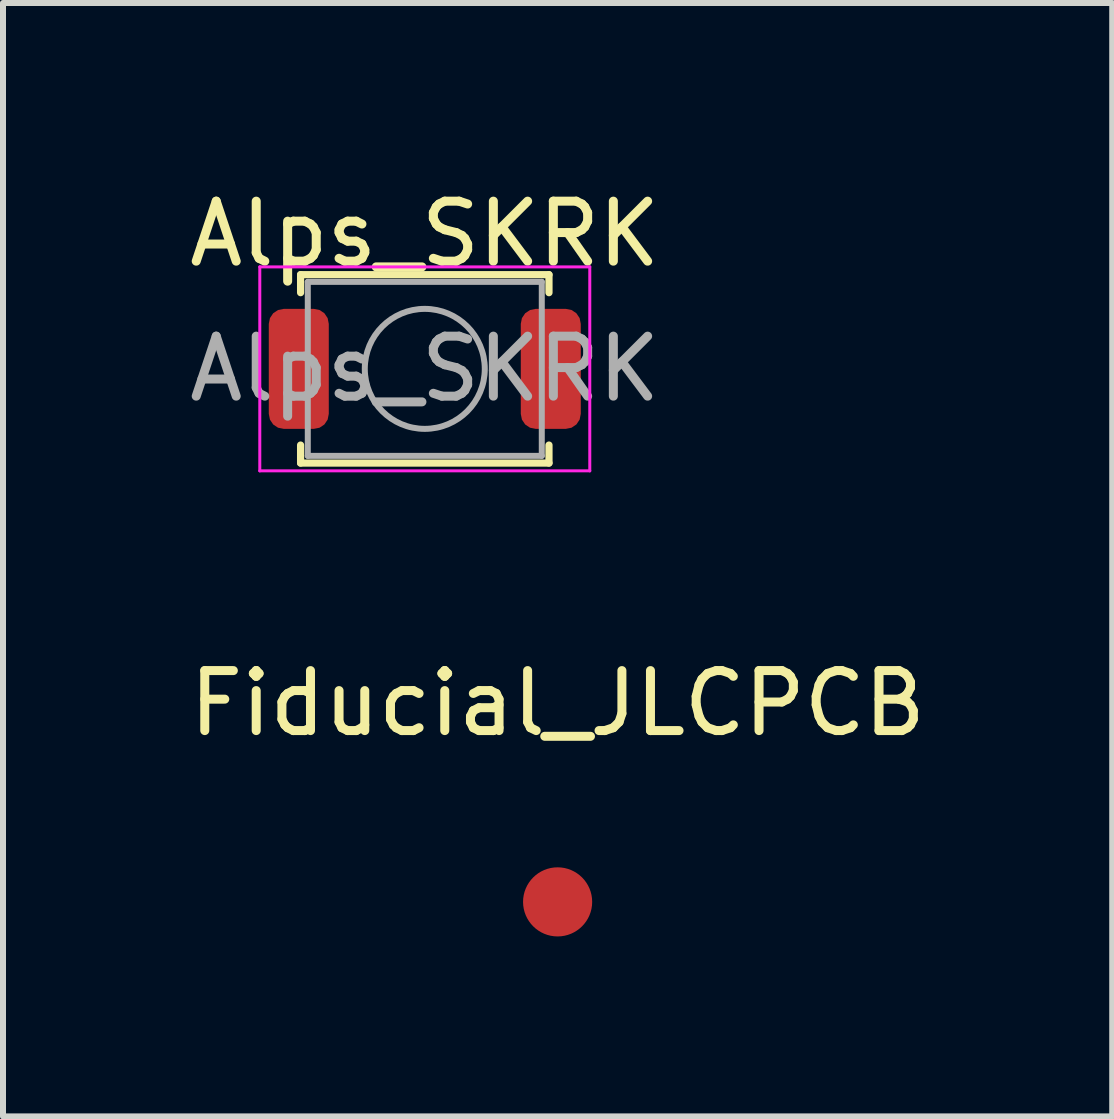
<source format=kicad_pcb>
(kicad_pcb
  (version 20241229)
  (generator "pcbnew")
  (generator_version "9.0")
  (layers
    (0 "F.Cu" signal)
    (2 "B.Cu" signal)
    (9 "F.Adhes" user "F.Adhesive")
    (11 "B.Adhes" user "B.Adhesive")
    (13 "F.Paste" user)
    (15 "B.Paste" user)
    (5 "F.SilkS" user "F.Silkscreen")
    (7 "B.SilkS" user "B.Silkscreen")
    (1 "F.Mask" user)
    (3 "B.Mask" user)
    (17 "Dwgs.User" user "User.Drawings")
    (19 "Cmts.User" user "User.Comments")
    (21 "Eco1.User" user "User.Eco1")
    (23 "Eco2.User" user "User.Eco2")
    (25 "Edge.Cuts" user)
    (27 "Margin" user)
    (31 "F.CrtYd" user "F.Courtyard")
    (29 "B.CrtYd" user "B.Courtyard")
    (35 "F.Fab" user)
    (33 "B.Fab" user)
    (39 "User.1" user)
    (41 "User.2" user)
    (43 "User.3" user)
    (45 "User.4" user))
  (footprint "Alps_SKRK"
    (layer "F.Cu")
    (at 4.03 3.098)
    (property "Reference" "Alps_SKRK" (at 0 -2.25 0) (layer "F.SilkS") (effects (font (size 1 1) (thickness 0.15))))
    (attr smd)
    (fp_line (start -2.07 -1.57) (end 2.07 -1.57) (stroke (width 0.12) (type solid)) (layer "F.SilkS"))
    (fp_line (start -2.07 -1.27) (end -2.07 -1.57) (stroke (width 0.12) (type solid)) (layer "F.SilkS"))
    (fp_line (start -2.07 1.57) (end -2.07 1.27) (stroke (width 0.12) (type solid)) (layer "F.SilkS"))
    (fp_line (start 2.07 -1.57) (end 2.07 -1.27) (stroke (width 0.12) (type solid)) (layer "F.SilkS"))
    (fp_line (start 2.07 1.27) (end 2.07 1.57) (stroke (width 0.12) (type solid)) (layer "F.SilkS"))
    (fp_line (start 2.07 1.57) (end -2.07 1.57) (stroke (width 0.12) (type solid)) (layer "F.SilkS"))
    (fp_line (start -2.75 -1.7) (end 2.75 -1.7) (stroke (width 0.05) (type solid)) (layer "F.CrtYd"))
    (fp_line (start -2.75 1.7) (end -2.75 -1.7) (stroke (width 0.05) (type solid)) (layer "F.CrtYd"))
    (fp_line (start 2.75 -1.7) (end 2.75 1.7) (stroke (width 0.05) (type solid)) (layer "F.CrtYd"))
    (fp_line (start 2.75 1.7) (end -2.75 1.7) (stroke (width 0.05) (type solid)) (layer "F.CrtYd"))
    (fp_line (start -1.95 -1.45) (end 1.95 -1.45) (stroke (width 0.1) (type solid)) (layer "F.Fab"))
    (fp_line (start -1.95 1.45) (end -1.95 -1.45) (stroke (width 0.1) (type solid)) (layer "F.Fab"))
    (fp_line (start 1.95 -1.45) (end 1.95 1.45) (stroke (width 0.1) (type solid)) (layer "F.Fab"))
    (fp_line (start 1.95 1.45) (end -1.95 1.45) (stroke (width 0.1) (type solid)) (layer "F.Fab"))
    (fp_circle (center 0 0) (end 1 0) (stroke (width 0.1) (type solid)) (fill no) (layer "F.Fab"))
    (fp_text user "${REFERENCE}" (at 0 0 0) (layer "F.Fab") (effects (font (size 1 1) (thickness 0.15))))
    (pad "1" smd roundrect (at -2.1 0) (size 1 2) (layers "F.Cu" "F.Mask" "F.Paste") (roundrect_rratio 0.25))
    (pad "2" smd roundrect (at 2.1 0) (size 1 2) (layers "F.Cu" "F.Mask" "F.Paste") (roundrect_rratio 0.25)))
  (footprint "Fiducial_JLCPCB"
    (layer "F.Cu")
    (at 6.244 11.982)
    (property "Reference" "Fiducial_JLCPCB" (at 0 -3.31 0) (layer "F.SilkS") (effects (font (size 1 1) (thickness 0.15))))
    (attr through_hole)
    (pad "1" smd circle (at 0 0) (size 1.152 1.152) (layers "F.Cu" "F.Mask" "F.Paste")))
  (gr_rect
    (start -3 -3)
    (end 15.488 15.557)
    (stroke (width 0.1) (type default))
    (fill no)
    (layer "Edge.Cuts")))
</source>
